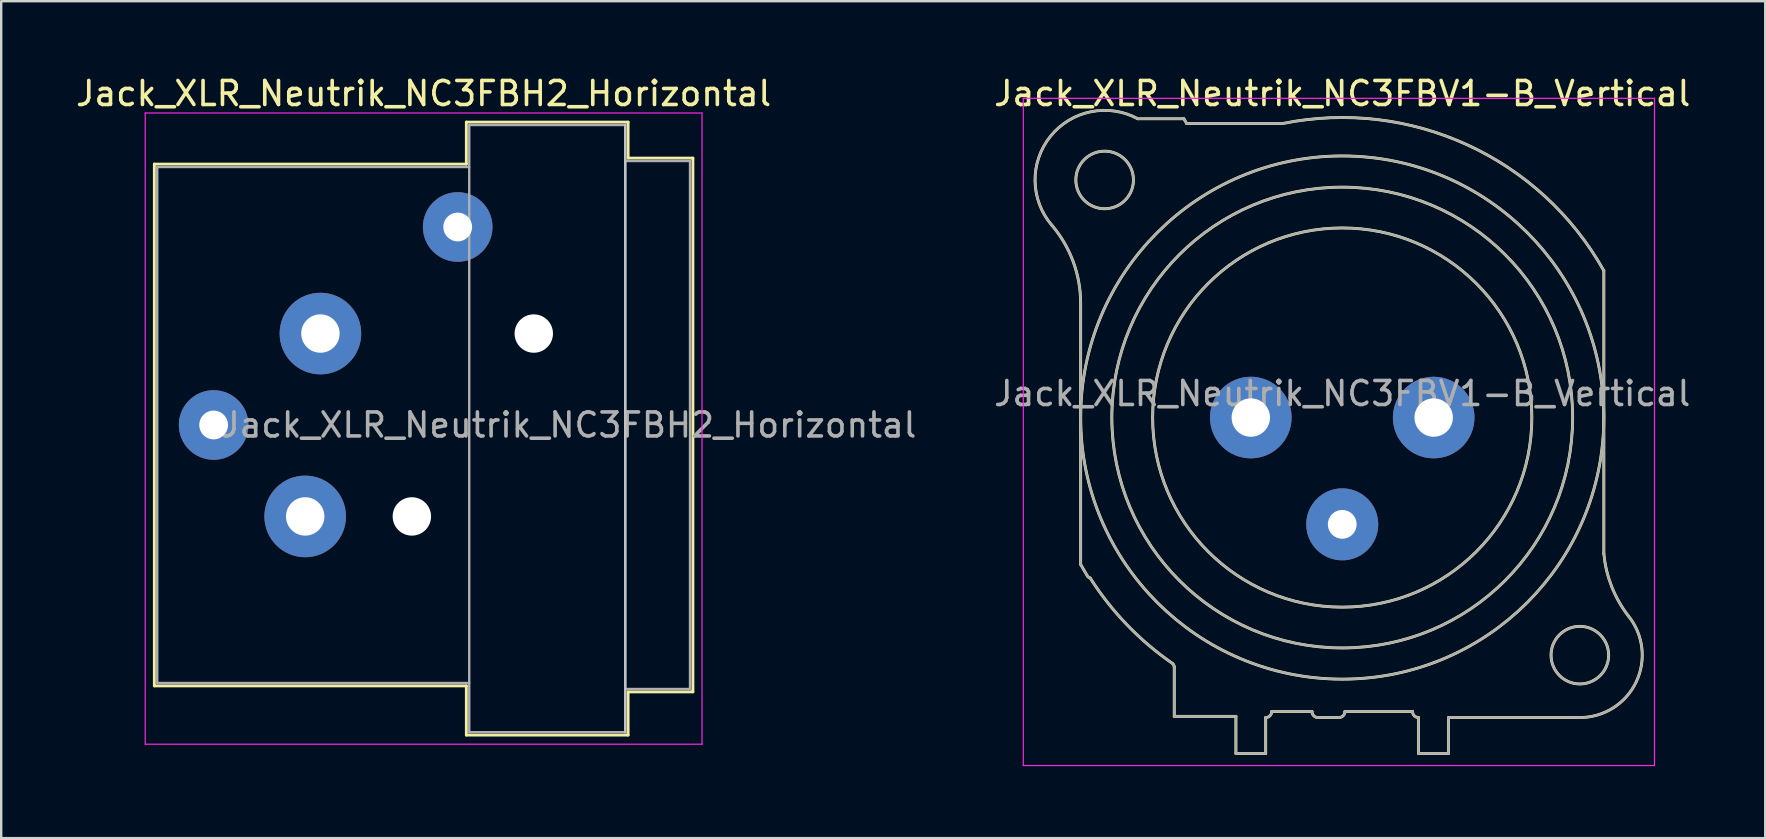
<source format=kicad_pcb>
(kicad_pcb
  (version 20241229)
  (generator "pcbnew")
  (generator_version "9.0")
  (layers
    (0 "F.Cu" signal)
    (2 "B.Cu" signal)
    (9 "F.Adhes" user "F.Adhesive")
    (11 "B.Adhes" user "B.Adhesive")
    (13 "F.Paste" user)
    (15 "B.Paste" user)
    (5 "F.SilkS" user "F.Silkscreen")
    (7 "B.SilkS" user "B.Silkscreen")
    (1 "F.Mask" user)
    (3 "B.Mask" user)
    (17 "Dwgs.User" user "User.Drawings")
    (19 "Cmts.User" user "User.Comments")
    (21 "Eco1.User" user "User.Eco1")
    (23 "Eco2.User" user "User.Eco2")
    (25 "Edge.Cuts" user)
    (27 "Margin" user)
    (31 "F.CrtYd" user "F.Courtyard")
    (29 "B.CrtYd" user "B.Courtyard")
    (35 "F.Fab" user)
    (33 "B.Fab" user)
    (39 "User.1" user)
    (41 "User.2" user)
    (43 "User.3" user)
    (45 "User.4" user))
  (footprint "Jack_XLR_Neutrik_NC3FBH2_Horizontal"
    (layer "F.Cu")
    (at 10.301 10.848)
    (property "Reference" "Jack_XLR_Neutrik_NC3FBH2_Horizontal" (at 4.3 -10 0) (layer "F.SilkS") (effects (font (size 1 1) (thickness 0.15))))
    (attr through_hole)
    (fp_line (start -6.92 -7.06) (end -6.92 14.68) (stroke (width 0.12) (type solid)) (layer "F.SilkS"))
    (fp_line (start 6.08 -7.06) (end -6.92 -7.06) (stroke (width 0.12) (type solid)) (layer "F.SilkS"))
    (fp_line (start 6.08 -7.06) (end 6.08 -8.81) (stroke (width 0.12) (type solid)) (layer "F.SilkS"))
    (fp_line (start 6.08 14.68) (end -6.92 14.68) (stroke (width 0.12) (type solid)) (layer "F.SilkS"))
    (fp_line (start 6.08 16.73) (end 6.08 14.68) (stroke (width 0.12) (type solid)) (layer "F.SilkS"))
    (fp_line (start 12.82 -8.81) (end 6.08 -8.81) (stroke (width 0.12) (type solid)) (layer "F.SilkS"))
    (fp_line (start 12.82 -8.81) (end 12.82 -7.31) (stroke (width 0.12) (type solid)) (layer "F.SilkS"))
    (fp_line (start 12.82 -7.31) (end 15.52 -7.31) (stroke (width 0.12) (type solid)) (layer "F.SilkS"))
    (fp_line (start 12.82 14.93) (end 12.82 16.73) (stroke (width 0.12) (type solid)) (layer "F.SilkS"))
    (fp_line (start 12.82 14.93) (end 15.52 14.93) (stroke (width 0.12) (type solid)) (layer "F.SilkS"))
    (fp_line (start 12.82 16.73) (end 6.08 16.73) (stroke (width 0.12) (type solid)) (layer "F.SilkS"))
    (fp_line (start 15.52 -7.31) (end 15.52 14.93) (stroke (width 0.12) (type solid)) (layer "F.SilkS"))
    (fp_line (start 12.7 -8.69) (end 12.7 16.61) (stroke (width 0.1) (type solid)) (layer "Dwgs.User"))
    (fp_line (start -7.3 -9.19) (end -7.3 17.11) (stroke (width 0.05) (type solid)) (layer "F.CrtYd"))
    (fp_line (start 15.9 -9.19) (end -7.3 -9.19) (stroke (width 0.05) (type solid)) (layer "F.CrtYd"))
    (fp_line (start 15.9 -9.19) (end 15.9 17.11) (stroke (width 0.05) (type solid)) (layer "F.CrtYd"))
    (fp_line (start 15.9 17.11) (end -7.3 17.11) (stroke (width 0.05) (type solid)) (layer "F.CrtYd"))
    (fp_line (start -6.8 -6.94) (end -6.8 14.56) (stroke (width 0.1) (type solid)) (layer "F.Fab"))
    (fp_line (start -6.8 14.56) (end 6.2 14.56) (stroke (width 0.1) (type solid)) (layer "F.Fab"))
    (fp_line (start 6.2 -8.69) (end 12.7 -8.69) (stroke (width 0.1) (type solid)) (layer "F.Fab"))
    (fp_line (start 6.2 -6.94) (end -6.8 -6.94) (stroke (width 0.1) (type solid)) (layer "F.Fab"))
    (fp_line (start 6.2 16.61) (end 6.2 -8.69) (stroke (width 0.1) (type solid)) (layer "F.Fab"))
    (fp_line (start 12.7 -8.69) (end 12.7 16.61) (stroke (width 0.1) (type solid)) (layer "F.Fab"))
    (fp_line (start 12.7 -7.19) (end 15.4 -7.19) (stroke (width 0.1) (type solid)) (layer "F.Fab"))
    (fp_line (start 12.7 16.61) (end 6.2 16.61) (stroke (width 0.1) (type solid)) (layer "F.Fab"))
    (fp_line (start 15.4 -7.19) (end 15.4 14.81) (stroke (width 0.1) (type solid)) (layer "F.Fab"))
    (fp_line (start 15.4 14.81) (end 12.7 14.81) (stroke (width 0.1) (type solid)) (layer "F.Fab"))
    (fp_text user "${REFERENCE}" (at 10.35 3.81 0) (layer "F.Fab") (effects (font (size 1 1) (thickness 0.15))))
    (pad "" np_thru_hole circle (at 3.81 7.62) (size 1.6 1.6) (drill 1.6) (layers "*.Cu" "*.Mask"))
    (pad "" np_thru_hole circle (at 8.89 0) (size 1.6 1.6) (drill 1.6) (layers "*.Cu" "*.Mask"))
    (pad "1" thru_hole circle (at 0 0) (size 3.4 3.4) (drill 1.6) (layers "*.Cu" "*.Mask"))
    (pad "2" thru_hole circle (at -0.635 7.62) (size 3.4 3.4) (drill 1.6) (layers "*.Cu" "*.Mask"))
    (pad "3" thru_hole circle (at -4.45 3.81) (size 2.9 2.9) (drill 1.2) (layers "*.Cu" "*.Mask"))
    (pad "G" thru_hole circle (at 5.72 -4.44) (size 2.9 2.9) (drill 1.2) (layers "*.Cu" "*.Mask")))
  (footprint "Jack_XLR_Neutrik_NC3FBV1-B_Vertical"
    (layer "F.Cu")
    (at 56.687 14.348)
    (property "Reference" "Jack_XLR_Neutrik_NC3FBV1-B_Vertical" (at -3.81 -13.5 0) (layer "F.SilkS") (effects (font (size 1 1) (thickness 0.15))))
    (attr through_hole)
    (fp_line (start -14.71 -4.76) (end -14.71 6.12) (stroke (width 0.12) (type solid)) (layer "F.SilkS"))
    (fp_line (start -14.71 6.12) (end -14.43 6.6) (stroke (width 0.12) (type solid)) (layer "F.SilkS"))
    (fp_line (start -10.81 10.39) (end -10.81 12.45) (stroke (width 0.12) (type solid)) (layer "F.SilkS"))
    (fp_line (start -10.81 12.45) (end -8.24 12.45) (stroke (width 0.12) (type solid)) (layer "F.SilkS"))
    (fp_line (start -10.41 -12.45) (end -12.33 -12.45) (stroke (width 0.12) (type solid)) (layer "F.SilkS"))
    (fp_line (start -10.29 -12.25) (end -10.41 -12.45) (stroke (width 0.12) (type solid)) (layer "F.SilkS"))
    (fp_line (start -8.24 12.45) (end -8.24 14) (stroke (width 0.12) (type solid)) (layer "F.SilkS"))
    (fp_line (start -7 14) (end -8.24 14) (stroke (width 0.12) (type solid)) (layer "F.SilkS"))
    (fp_line (start -7 14) (end -7 12.5) (stroke (width 0.12) (type solid)) (layer "F.SilkS"))
    (fp_line (start -6.75 12.25) (end -5.07 12.25) (stroke (width 0.12) (type solid)) (layer "F.SilkS"))
    (fp_line (start -6.3 -12.25) (end -10.29 -12.25) (stroke (width 0.12) (type solid)) (layer "F.SilkS"))
    (fp_line (start -4.82 12.5) (end -3.95 12.5) (stroke (width 0.12) (type solid)) (layer "F.SilkS"))
    (fp_line (start -3.7 12.25) (end -0.88 12.25) (stroke (width 0.12) (type solid)) (layer "F.SilkS"))
    (fp_line (start -0.63 12.5) (end -0.63 14) (stroke (width 0.12) (type solid)) (layer "F.SilkS"))
    (fp_line (start 0.62 12.5) (end 6.09 12.5) (stroke (width 0.12) (type solid)) (layer "F.SilkS"))
    (fp_line (start 0.62 14) (end -0.63 14) (stroke (width 0.12) (type solid)) (layer "F.SilkS"))
    (fp_line (start 0.62 14) (end 0.62 12.5) (stroke (width 0.12) (type solid)) (layer "F.SilkS"))
    (fp_line (start 7.09 5.67) (end 7.09 -6.12) (stroke (width 0.12) (type solid)) (layer "F.SilkS"))
    (fp_arc (start -15.916051 -8.020379) (mid -15.021177 -6.498148) (end -14.71 -4.76) (stroke (width 0.12) (type solid)) (layer "F.SilkS"))
    (fp_arc (start -15.908884 -8.010077) (mid -15.967404 -11.719623) (end -12.33 -12.45) (stroke (width 0.12) (type solid)) (layer "F.SilkS"))
    (fp_arc (start -14.313753 6.685219) (mid -14.379716 6.653303) (end -14.43 6.6) (stroke (width 0.12) (type solid)) (layer "F.SilkS"))
    (fp_arc (start -10.879208 10.248532) (mid -12.772983 8.641241) (end -14.31 6.69) (stroke (width 0.12) (type solid)) (layer "F.SilkS"))
    (fp_arc (start -10.874359 10.252686) (mid -10.828679 10.315015) (end -10.81 10.39) (stroke (width 0.12) (type solid)) (layer "F.SilkS"))
    (fp_arc (start -6.75 12.25) (mid -6.823223 12.426777) (end -7 12.5) (stroke (width 0.12) (type solid)) (layer "F.SilkS"))
    (fp_arc (start -6.283571 -12.253402) (mid 1.401126 -11.362596) (end 7.09 -6.12) (stroke (width 0.12) (type solid)) (layer "F.SilkS"))
    (fp_arc (start -4.82 12.5) (mid -4.996777 12.426777) (end -5.07 12.25) (stroke (width 0.12) (type solid)) (layer "F.SilkS"))
    (fp_arc (start -3.7 12.25) (mid -3.773223 12.426777) (end -3.95 12.5) (stroke (width 0.12) (type solid)) (layer "F.SilkS"))
    (fp_arc (start -0.63 12.5) (mid -0.806777 12.426777) (end -0.88 12.25) (stroke (width 0.12) (type solid)) (layer "F.SilkS"))
    (fp_arc (start 8.110579 8.263767) (mid 8.436721 11.019329) (end 6.09 12.5) (stroke (width 0.12) (type solid)) (layer "F.SilkS"))
    (fp_arc (start 8.111727 8.266808) (mid 7.416073 7.041111) (end 7.09 5.67) (stroke (width 0.12) (type solid)) (layer "F.SilkS"))
    (fp_circle (center -13.71 -9.9) (end -12.51 -9.9) (stroke (width 0.12) (type solid)) (fill no) (layer "F.SilkS"))
    (fp_circle (center -3.81 0) (end 4.09 0) (stroke (width 0.12) (type solid)) (fill no) (layer "F.SilkS"))
    (fp_circle (center -3.81 0) (end 5.79 0) (stroke (width 0.12) (type solid)) (fill no) (layer "F.SilkS"))
    (fp_circle (center -3.81 0) (end 7.09 0) (stroke (width 0.12) (type solid)) (fill no) (layer "F.SilkS"))
    (fp_circle (center 6.09 9.9) (end 7.29 9.9) (stroke (width 0.12) (type solid)) (fill no) (layer "F.SilkS"))
    (fp_line (start -17.1 -13.3) (end 9.2 -13.3) (stroke (width 0.05) (type solid)) (layer "F.CrtYd"))
    (fp_line (start -17.1 14.5) (end -17.1 -13.3) (stroke (width 0.05) (type solid)) (layer "F.CrtYd"))
    (fp_line (start 9.2 -13.3) (end 9.2 14.5) (stroke (width 0.05) (type solid)) (layer "F.CrtYd"))
    (fp_line (start 9.2 14.5) (end -17.1 14.5) (stroke (width 0.05) (type solid)) (layer "F.CrtYd"))
    (fp_line (start -14.71 -4.76) (end -14.71 6.12) (stroke (width 0.1) (type solid)) (layer "F.Fab"))
    (fp_line (start -14.71 6.12) (end -14.43 6.6) (stroke (width 0.1) (type solid)) (layer "F.Fab"))
    (fp_line (start -10.81 10.39) (end -10.81 12.45) (stroke (width 0.1) (type solid)) (layer "F.Fab"))
    (fp_line (start -10.81 12.45) (end -8.24 12.45) (stroke (width 0.1) (type solid)) (layer "F.Fab"))
    (fp_line (start -10.41 -12.45) (end -12.33 -12.45) (stroke (width 0.1) (type solid)) (layer "F.Fab"))
    (fp_line (start -10.29 -12.25) (end -10.41 -12.45) (stroke (width 0.1) (type solid)) (layer "F.Fab"))
    (fp_line (start -8.24 12.45) (end -8.24 14) (stroke (width 0.1) (type solid)) (layer "F.Fab"))
    (fp_line (start -7 14) (end -8.24 14) (stroke (width 0.1) (type solid)) (layer "F.Fab"))
    (fp_line (start -7 14) (end -7 12.5) (stroke (width 0.1) (type solid)) (layer "F.Fab"))
    (fp_line (start -6.75 12.25) (end -5.07 12.25) (stroke (width 0.1) (type solid)) (layer "F.Fab"))
    (fp_line (start -6.3 -12.25) (end -10.29 -12.25) (stroke (width 0.1) (type solid)) (layer "F.Fab"))
    (fp_line (start -4.82 12.5) (end -3.95 12.5) (stroke (width 0.1) (type solid)) (layer "F.Fab"))
    (fp_line (start -3.7 12.25) (end -0.88 12.25) (stroke (width 0.1) (type solid)) (layer "F.Fab"))
    (fp_line (start -0.63 12.5) (end -0.63 14) (stroke (width 0.1) (type solid)) (layer "F.Fab"))
    (fp_line (start 0.62 12.5) (end 6.09 12.5) (stroke (width 0.1) (type solid)) (layer "F.Fab"))
    (fp_line (start 0.62 14) (end -0.63 14) (stroke (width 0.1) (type solid)) (layer "F.Fab"))
    (fp_line (start 0.62 14) (end 0.62 12.5) (stroke (width 0.1) (type solid)) (layer "F.Fab"))
    (fp_line (start 7.09 5.67) (end 7.09 -6.12) (stroke (width 0.1) (type solid)) (layer "F.Fab"))
    (fp_arc (start -15.916051 -8.020379) (mid -15.021177 -6.498148) (end -14.71 -4.76) (stroke (width 0.1) (type solid)) (layer "F.Fab"))
    (fp_arc (start -15.908884 -8.010077) (mid -15.967404 -11.719623) (end -12.33 -12.45) (stroke (width 0.1) (type solid)) (layer "F.Fab"))
    (fp_arc (start -14.313753 6.685219) (mid -14.379716 6.653303) (end -14.43 6.6) (stroke (width 0.1) (type solid)) (layer "F.Fab"))
    (fp_arc (start -10.879208 10.248532) (mid -12.772983 8.641241) (end -14.31 6.69) (stroke (width 0.1) (type solid)) (layer "F.Fab"))
    (fp_arc (start -10.874359 10.252686) (mid -10.828679 10.315015) (end -10.81 10.39) (stroke (width 0.1) (type solid)) (layer "F.Fab"))
    (fp_arc (start -6.75 12.25) (mid -6.823223 12.426777) (end -7 12.5) (stroke (width 0.1) (type solid)) (layer "F.Fab"))
    (fp_arc (start -6.283571 -12.253402) (mid 1.401126 -11.362596) (end 7.09 -6.12) (stroke (width 0.1) (type solid)) (layer "F.Fab"))
    (fp_arc (start -4.82 12.5) (mid -4.996777 12.426777) (end -5.07 12.25) (stroke (width 0.1) (type solid)) (layer "F.Fab"))
    (fp_arc (start -3.7 12.25) (mid -3.773223 12.426777) (end -3.95 12.5) (stroke (width 0.1) (type solid)) (layer "F.Fab"))
    (fp_arc (start -0.63 12.5) (mid -0.806777 12.426777) (end -0.88 12.25) (stroke (width 0.1) (type solid)) (layer "F.Fab"))
    (fp_arc (start 8.110579 8.263767) (mid 8.436721 11.019329) (end 6.09 12.5) (stroke (width 0.1) (type solid)) (layer "F.Fab"))
    (fp_arc (start 8.111727 8.266808) (mid 7.416073 7.041111) (end 7.09 5.67) (stroke (width 0.1) (type solid)) (layer "F.Fab"))
    (fp_circle (center -13.71 -9.9) (end -12.51 -9.9) (stroke (width 0.1) (type solid)) (fill no) (layer "F.Fab"))
    (fp_circle (center -3.81 0) (end 4.09 0) (stroke (width 0.1) (type solid)) (fill no) (layer "F.Fab"))
    (fp_circle (center -3.81 0) (end 5.79 0) (stroke (width 0.1) (type solid)) (fill no) (layer "F.Fab"))
    (fp_circle (center -3.81 0) (end 7.09 0) (stroke (width 0.1) (type solid)) (fill no) (layer "F.Fab"))
    (fp_circle (center 6.09 9.9) (end 7.29 9.9) (stroke (width 0.1) (type solid)) (fill no) (layer "F.Fab"))
    (fp_text user "${REFERENCE}" (at -3.81 -1 0) (layer "F.Fab") (effects (font (size 1 1) (thickness 0.15))))
    (pad "1" thru_hole circle (at 0 0) (size 3.4 3.4) (drill 1.6) (layers "*.Cu" "*.Mask"))
    (pad "2" thru_hole circle (at -7.62 0) (size 3.4 3.4) (drill 1.6) (layers "*.Cu" "*.Mask"))
    (pad "3" thru_hole circle (at -3.81 4.45) (size 3 3) (drill 1.2) (layers "*.Cu" "*.Mask")))
  (gr_rect
    (start -3 -3)
    (end 70.502 31.873)
    (stroke (width 0.1) (type default))
    (fill no)
    (layer "Edge.Cuts")))
</source>
